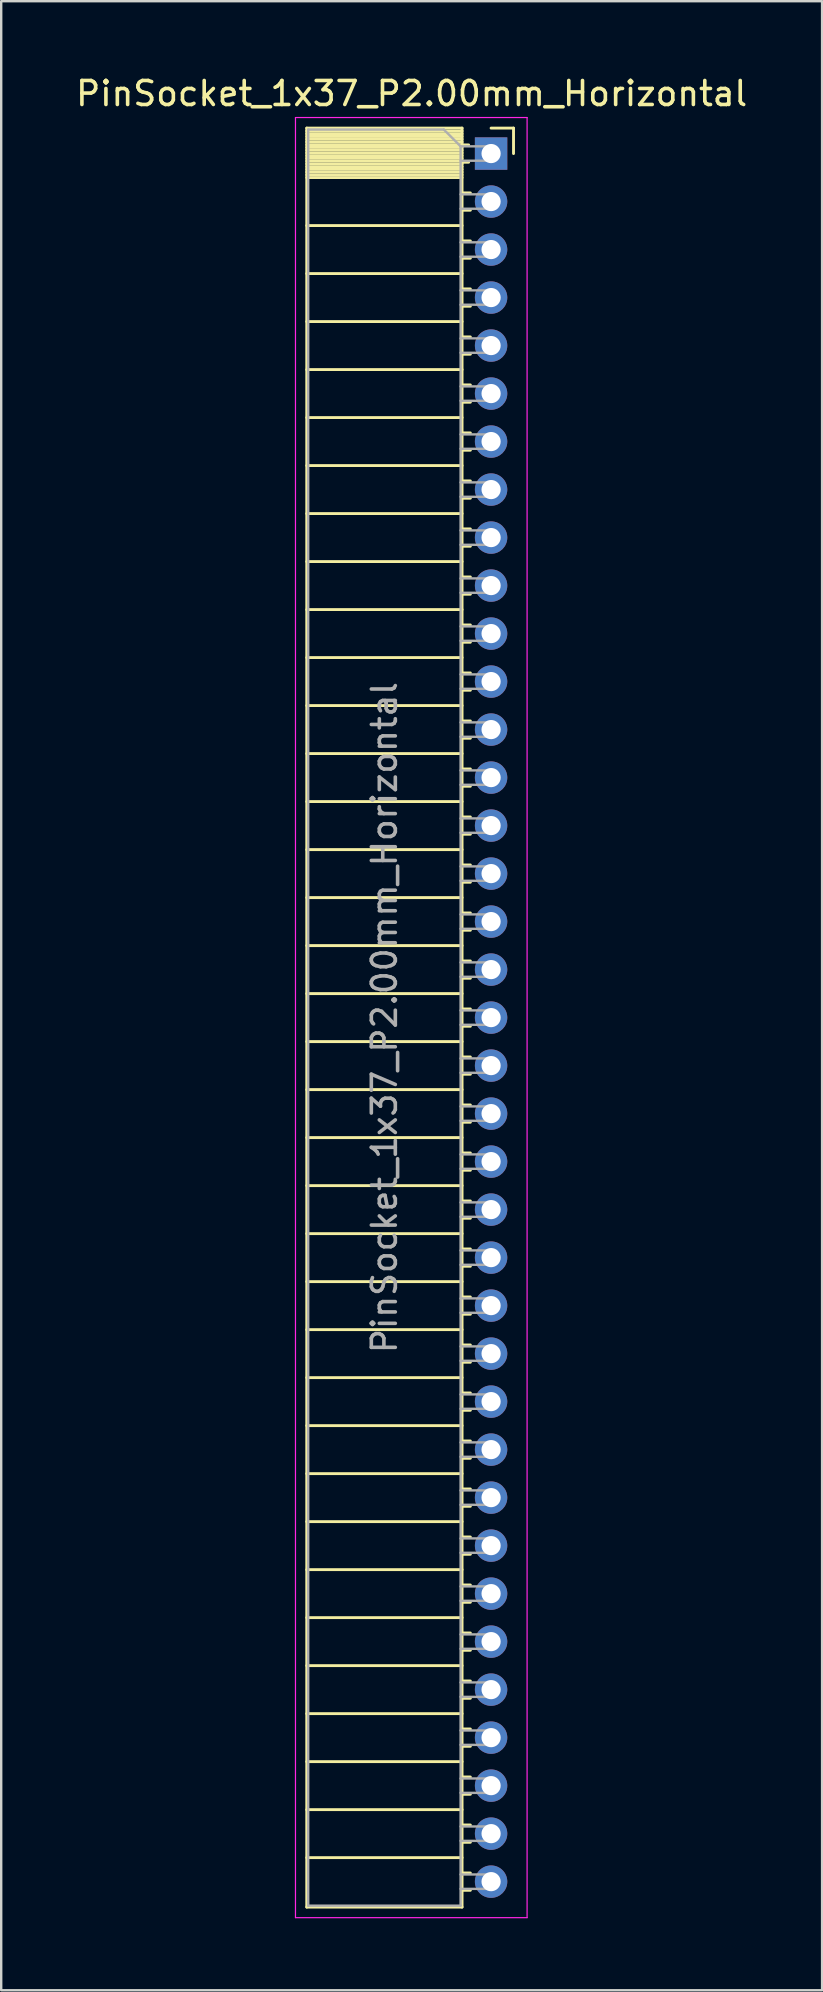
<source format=kicad_pcb>
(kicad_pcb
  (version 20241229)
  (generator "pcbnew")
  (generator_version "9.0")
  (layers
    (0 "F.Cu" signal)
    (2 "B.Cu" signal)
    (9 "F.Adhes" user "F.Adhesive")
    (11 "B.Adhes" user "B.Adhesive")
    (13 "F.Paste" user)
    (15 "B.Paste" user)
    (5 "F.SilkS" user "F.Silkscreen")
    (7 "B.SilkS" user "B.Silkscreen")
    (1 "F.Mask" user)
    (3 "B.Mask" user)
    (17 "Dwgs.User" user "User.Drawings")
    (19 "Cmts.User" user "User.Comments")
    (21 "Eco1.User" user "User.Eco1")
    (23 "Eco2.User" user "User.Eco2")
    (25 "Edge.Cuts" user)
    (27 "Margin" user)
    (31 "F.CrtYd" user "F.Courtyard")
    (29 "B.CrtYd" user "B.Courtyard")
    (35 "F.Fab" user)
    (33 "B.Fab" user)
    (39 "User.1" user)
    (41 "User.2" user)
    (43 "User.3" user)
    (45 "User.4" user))
  (footprint "PinSocket_1x37_P2.00mm_Horizontal"
    (layer "F.Cu")
    (at 17.411 3.348)
    (property "Reference" "PinSocket_1x37_P2.00mm_Horizontal" (at -3.31 -2.5 0) (layer "F.SilkS") (effects (font (size 1 1) (thickness 0.15))))
    (attr through_hole)
    (fp_line (start -7.68 -1.06) (end -7.68 73.06) (stroke (width 0.12) (type solid)) (layer "F.SilkS"))
    (fp_line (start -7.68 -1.06) (end -1.21 -1.06) (stroke (width 0.12) (type solid)) (layer "F.SilkS"))
    (fp_line (start -7.68 -0.94) (end -1.21 -0.94) (stroke (width 0.12) (type solid)) (layer "F.SilkS"))
    (fp_line (start -7.68 -0.826) (end -1.21 -0.826) (stroke (width 0.12) (type solid)) (layer "F.SilkS"))
    (fp_line (start -7.68 -0.712) (end -1.21 -0.712) (stroke (width 0.12) (type solid)) (layer "F.SilkS"))
    (fp_line (start -7.68 -0.598) (end -1.21 -0.598) (stroke (width 0.12) (type solid)) (layer "F.SilkS"))
    (fp_line (start -7.68 -0.484) (end -1.21 -0.484) (stroke (width 0.12) (type solid)) (layer "F.SilkS"))
    (fp_line (start -7.68 -0.369) (end -1.21 -0.369) (stroke (width 0.12) (type solid)) (layer "F.SilkS"))
    (fp_line (start -7.68 -0.255) (end -1.21 -0.255) (stroke (width 0.12) (type solid)) (layer "F.SilkS"))
    (fp_line (start -7.68 -0.141) (end -1.21 -0.141) (stroke (width 0.12) (type solid)) (layer "F.SilkS"))
    (fp_line (start -7.68 -0.027) (end -1.21 -0.027) (stroke (width 0.12) (type solid)) (layer "F.SilkS"))
    (fp_line (start -7.68 0.087) (end -1.21 0.087) (stroke (width 0.12) (type solid)) (layer "F.SilkS"))
    (fp_line (start -7.68 0.201) (end -1.21 0.201) (stroke (width 0.12) (type solid)) (layer "F.SilkS"))
    (fp_line (start -7.68 0.315) (end -1.21 0.315) (stroke (width 0.12) (type solid)) (layer "F.SilkS"))
    (fp_line (start -7.68 0.429) (end -1.21 0.429) (stroke (width 0.12) (type solid)) (layer "F.SilkS"))
    (fp_line (start -7.68 0.544) (end -1.21 0.544) (stroke (width 0.12) (type solid)) (layer "F.SilkS"))
    (fp_line (start -7.68 0.658) (end -1.21 0.658) (stroke (width 0.12) (type solid)) (layer "F.SilkS"))
    (fp_line (start -7.68 0.772) (end -1.21 0.772) (stroke (width 0.12) (type solid)) (layer "F.SilkS"))
    (fp_line (start -7.68 0.886) (end -1.21 0.886) (stroke (width 0.12) (type solid)) (layer "F.SilkS"))
    (fp_line (start -7.68 1) (end -1.21 1) (stroke (width 0.12) (type solid)) (layer "F.SilkS"))
    (fp_line (start -7.68 3) (end -1.21 3) (stroke (width 0.12) (type solid)) (layer "F.SilkS"))
    (fp_line (start -7.68 5) (end -1.21 5) (stroke (width 0.12) (type solid)) (layer "F.SilkS"))
    (fp_line (start -7.68 7) (end -1.21 7) (stroke (width 0.12) (type solid)) (layer "F.SilkS"))
    (fp_line (start -7.68 9) (end -1.21 9) (stroke (width 0.12) (type solid)) (layer "F.SilkS"))
    (fp_line (start -7.68 11) (end -1.21 11) (stroke (width 0.12) (type solid)) (layer "F.SilkS"))
    (fp_line (start -7.68 13) (end -1.21 13) (stroke (width 0.12) (type solid)) (layer "F.SilkS"))
    (fp_line (start -7.68 15) (end -1.21 15) (stroke (width 0.12) (type solid)) (layer "F.SilkS"))
    (fp_line (start -7.68 17) (end -1.21 17) (stroke (width 0.12) (type solid)) (layer "F.SilkS"))
    (fp_line (start -7.68 19) (end -1.21 19) (stroke (width 0.12) (type solid)) (layer "F.SilkS"))
    (fp_line (start -7.68 21) (end -1.21 21) (stroke (width 0.12) (type solid)) (layer "F.SilkS"))
    (fp_line (start -7.68 23) (end -1.21 23) (stroke (width 0.12) (type solid)) (layer "F.SilkS"))
    (fp_line (start -7.68 25) (end -1.21 25) (stroke (width 0.12) (type solid)) (layer "F.SilkS"))
    (fp_line (start -7.68 27) (end -1.21 27) (stroke (width 0.12) (type solid)) (layer "F.SilkS"))
    (fp_line (start -7.68 29) (end -1.21 29) (stroke (width 0.12) (type solid)) (layer "F.SilkS"))
    (fp_line (start -7.68 31) (end -1.21 31) (stroke (width 0.12) (type solid)) (layer "F.SilkS"))
    (fp_line (start -7.68 33) (end -1.21 33) (stroke (width 0.12) (type solid)) (layer "F.SilkS"))
    (fp_line (start -7.68 35) (end -1.21 35) (stroke (width 0.12) (type solid)) (layer "F.SilkS"))
    (fp_line (start -7.68 37) (end -1.21 37) (stroke (width 0.12) (type solid)) (layer "F.SilkS"))
    (fp_line (start -7.68 39) (end -1.21 39) (stroke (width 0.12) (type solid)) (layer "F.SilkS"))
    (fp_line (start -7.68 41) (end -1.21 41) (stroke (width 0.12) (type solid)) (layer "F.SilkS"))
    (fp_line (start -7.68 43) (end -1.21 43) (stroke (width 0.12) (type solid)) (layer "F.SilkS"))
    (fp_line (start -7.68 45) (end -1.21 45) (stroke (width 0.12) (type solid)) (layer "F.SilkS"))
    (fp_line (start -7.68 47) (end -1.21 47) (stroke (width 0.12) (type solid)) (layer "F.SilkS"))
    (fp_line (start -7.68 49) (end -1.21 49) (stroke (width 0.12) (type solid)) (layer "F.SilkS"))
    (fp_line (start -7.68 51) (end -1.21 51) (stroke (width 0.12) (type solid)) (layer "F.SilkS"))
    (fp_line (start -7.68 53) (end -1.21 53) (stroke (width 0.12) (type solid)) (layer "F.SilkS"))
    (fp_line (start -7.68 55) (end -1.21 55) (stroke (width 0.12) (type solid)) (layer "F.SilkS"))
    (fp_line (start -7.68 57) (end -1.21 57) (stroke (width 0.12) (type solid)) (layer "F.SilkS"))
    (fp_line (start -7.68 59) (end -1.21 59) (stroke (width 0.12) (type solid)) (layer "F.SilkS"))
    (fp_line (start -7.68 61) (end -1.21 61) (stroke (width 0.12) (type solid)) (layer "F.SilkS"))
    (fp_line (start -7.68 63) (end -1.21 63) (stroke (width 0.12) (type solid)) (layer "F.SilkS"))
    (fp_line (start -7.68 65) (end -1.21 65) (stroke (width 0.12) (type solid)) (layer "F.SilkS"))
    (fp_line (start -7.68 67) (end -1.21 67) (stroke (width 0.12) (type solid)) (layer "F.SilkS"))
    (fp_line (start -7.68 69) (end -1.21 69) (stroke (width 0.12) (type solid)) (layer "F.SilkS"))
    (fp_line (start -7.68 71) (end -1.21 71) (stroke (width 0.12) (type solid)) (layer "F.SilkS"))
    (fp_line (start -7.68 73.06) (end -1.21 73.06) (stroke (width 0.12) (type solid)) (layer "F.SilkS"))
    (fp_line (start -1.21 -1.06) (end -1.21 73.06) (stroke (width 0.12) (type solid)) (layer "F.SilkS"))
    (fp_line (start -1.21 -0.36) (end -0.935 -0.36) (stroke (width 0.12) (type solid)) (layer "F.SilkS"))
    (fp_line (start -1.21 0.36) (end -0.935 0.36) (stroke (width 0.12) (type solid)) (layer "F.SilkS"))
    (fp_line (start -1.21 1.64) (end -0.863 1.64) (stroke (width 0.12) (type solid)) (layer "F.SilkS"))
    (fp_line (start -1.21 2.36) (end -0.863 2.36) (stroke (width 0.12) (type solid)) (layer "F.SilkS"))
    (fp_line (start -1.21 3.64) (end -0.863 3.64) (stroke (width 0.12) (type solid)) (layer "F.SilkS"))
    (fp_line (start -1.21 4.36) (end -0.863 4.36) (stroke (width 0.12) (type solid)) (layer "F.SilkS"))
    (fp_line (start -1.21 5.64) (end -0.863 5.64) (stroke (width 0.12) (type solid)) (layer "F.SilkS"))
    (fp_line (start -1.21 6.36) (end -0.863 6.36) (stroke (width 0.12) (type solid)) (layer "F.SilkS"))
    (fp_line (start -1.21 7.64) (end -0.863 7.64) (stroke (width 0.12) (type solid)) (layer "F.SilkS"))
    (fp_line (start -1.21 8.36) (end -0.863 8.36) (stroke (width 0.12) (type solid)) (layer "F.SilkS"))
    (fp_line (start -1.21 9.64) (end -0.863 9.64) (stroke (width 0.12) (type solid)) (layer "F.SilkS"))
    (fp_line (start -1.21 10.36) (end -0.863 10.36) (stroke (width 0.12) (type solid)) (layer "F.SilkS"))
    (fp_line (start -1.21 11.64) (end -0.863 11.64) (stroke (width 0.12) (type solid)) (layer "F.SilkS"))
    (fp_line (start -1.21 12.36) (end -0.863 12.36) (stroke (width 0.12) (type solid)) (layer "F.SilkS"))
    (fp_line (start -1.21 13.64) (end -0.863 13.64) (stroke (width 0.12) (type solid)) (layer "F.SilkS"))
    (fp_line (start -1.21 14.36) (end -0.863 14.36) (stroke (width 0.12) (type solid)) (layer "F.SilkS"))
    (fp_line (start -1.21 15.64) (end -0.863 15.64) (stroke (width 0.12) (type solid)) (layer "F.SilkS"))
    (fp_line (start -1.21 16.36) (end -0.863 16.36) (stroke (width 0.12) (type solid)) (layer "F.SilkS"))
    (fp_line (start -1.21 17.64) (end -0.863 17.64) (stroke (width 0.12) (type solid)) (layer "F.SilkS"))
    (fp_line (start -1.21 18.36) (end -0.863 18.36) (stroke (width 0.12) (type solid)) (layer "F.SilkS"))
    (fp_line (start -1.21 19.64) (end -0.863 19.64) (stroke (width 0.12) (type solid)) (layer "F.SilkS"))
    (fp_line (start -1.21 20.36) (end -0.863 20.36) (stroke (width 0.12) (type solid)) (layer "F.SilkS"))
    (fp_line (start -1.21 21.64) (end -0.863 21.64) (stroke (width 0.12) (type solid)) (layer "F.SilkS"))
    (fp_line (start -1.21 22.36) (end -0.863 22.36) (stroke (width 0.12) (type solid)) (layer "F.SilkS"))
    (fp_line (start -1.21 23.64) (end -0.863 23.64) (stroke (width 0.12) (type solid)) (layer "F.SilkS"))
    (fp_line (start -1.21 24.36) (end -0.863 24.36) (stroke (width 0.12) (type solid)) (layer "F.SilkS"))
    (fp_line (start -1.21 25.64) (end -0.863 25.64) (stroke (width 0.12) (type solid)) (layer "F.SilkS"))
    (fp_line (start -1.21 26.36) (end -0.863 26.36) (stroke (width 0.12) (type solid)) (layer "F.SilkS"))
    (fp_line (start -1.21 27.64) (end -0.863 27.64) (stroke (width 0.12) (type solid)) (layer "F.SilkS"))
    (fp_line (start -1.21 28.36) (end -0.863 28.36) (stroke (width 0.12) (type solid)) (layer "F.SilkS"))
    (fp_line (start -1.21 29.64) (end -0.863 29.64) (stroke (width 0.12) (type solid)) (layer "F.SilkS"))
    (fp_line (start -1.21 30.36) (end -0.863 30.36) (stroke (width 0.12) (type solid)) (layer "F.SilkS"))
    (fp_line (start -1.21 31.64) (end -0.863 31.64) (stroke (width 0.12) (type solid)) (layer "F.SilkS"))
    (fp_line (start -1.21 32.36) (end -0.863 32.36) (stroke (width 0.12) (type solid)) (layer "F.SilkS"))
    (fp_line (start -1.21 33.64) (end -0.863 33.64) (stroke (width 0.12) (type solid)) (layer "F.SilkS"))
    (fp_line (start -1.21 34.36) (end -0.863 34.36) (stroke (width 0.12) (type solid)) (layer "F.SilkS"))
    (fp_line (start -1.21 35.64) (end -0.863 35.64) (stroke (width 0.12) (type solid)) (layer "F.SilkS"))
    (fp_line (start -1.21 36.36) (end -0.863 36.36) (stroke (width 0.12) (type solid)) (layer "F.SilkS"))
    (fp_line (start -1.21 37.64) (end -0.863 37.64) (stroke (width 0.12) (type solid)) (layer "F.SilkS"))
    (fp_line (start -1.21 38.36) (end -0.863 38.36) (stroke (width 0.12) (type solid)) (layer "F.SilkS"))
    (fp_line (start -1.21 39.64) (end -0.863 39.64) (stroke (width 0.12) (type solid)) (layer "F.SilkS"))
    (fp_line (start -1.21 40.36) (end -0.863 40.36) (stroke (width 0.12) (type solid)) (layer "F.SilkS"))
    (fp_line (start -1.21 41.64) (end -0.863 41.64) (stroke (width 0.12) (type solid)) (layer "F.SilkS"))
    (fp_line (start -1.21 42.36) (end -0.863 42.36) (stroke (width 0.12) (type solid)) (layer "F.SilkS"))
    (fp_line (start -1.21 43.64) (end -0.863 43.64) (stroke (width 0.12) (type solid)) (layer "F.SilkS"))
    (fp_line (start -1.21 44.36) (end -0.863 44.36) (stroke (width 0.12) (type solid)) (layer "F.SilkS"))
    (fp_line (start -1.21 45.64) (end -0.863 45.64) (stroke (width 0.12) (type solid)) (layer "F.SilkS"))
    (fp_line (start -1.21 46.36) (end -0.863 46.36) (stroke (width 0.12) (type solid)) (layer "F.SilkS"))
    (fp_line (start -1.21 47.64) (end -0.863 47.64) (stroke (width 0.12) (type solid)) (layer "F.SilkS"))
    (fp_line (start -1.21 48.36) (end -0.863 48.36) (stroke (width 0.12) (type solid)) (layer "F.SilkS"))
    (fp_line (start -1.21 49.64) (end -0.863 49.64) (stroke (width 0.12) (type solid)) (layer "F.SilkS"))
    (fp_line (start -1.21 50.36) (end -0.863 50.36) (stroke (width 0.12) (type solid)) (layer "F.SilkS"))
    (fp_line (start -1.21 51.64) (end -0.863 51.64) (stroke (width 0.12) (type solid)) (layer "F.SilkS"))
    (fp_line (start -1.21 52.36) (end -0.863 52.36) (stroke (width 0.12) (type solid)) (layer "F.SilkS"))
    (fp_line (start -1.21 53.64) (end -0.863 53.64) (stroke (width 0.12) (type solid)) (layer "F.SilkS"))
    (fp_line (start -1.21 54.36) (end -0.863 54.36) (stroke (width 0.12) (type solid)) (layer "F.SilkS"))
    (fp_line (start -1.21 55.64) (end -0.863 55.64) (stroke (width 0.12) (type solid)) (layer "F.SilkS"))
    (fp_line (start -1.21 56.36) (end -0.863 56.36) (stroke (width 0.12) (type solid)) (layer "F.SilkS"))
    (fp_line (start -1.21 57.64) (end -0.863 57.64) (stroke (width 0.12) (type solid)) (layer "F.SilkS"))
    (fp_line (start -1.21 58.36) (end -0.863 58.36) (stroke (width 0.12) (type solid)) (layer "F.SilkS"))
    (fp_line (start -1.21 59.64) (end -0.863 59.64) (stroke (width 0.12) (type solid)) (layer "F.SilkS"))
    (fp_line (start -1.21 60.36) (end -0.863 60.36) (stroke (width 0.12) (type solid)) (layer "F.SilkS"))
    (fp_line (start -1.21 61.64) (end -0.863 61.64) (stroke (width 0.12) (type solid)) (layer "F.SilkS"))
    (fp_line (start -1.21 62.36) (end -0.863 62.36) (stroke (width 0.12) (type solid)) (layer "F.SilkS"))
    (fp_line (start -1.21 63.64) (end -0.863 63.64) (stroke (width 0.12) (type solid)) (layer "F.SilkS"))
    (fp_line (start -1.21 64.36) (end -0.863 64.36) (stroke (width 0.12) (type solid)) (layer "F.SilkS"))
    (fp_line (start -1.21 65.64) (end -0.863 65.64) (stroke (width 0.12) (type solid)) (layer "F.SilkS"))
    (fp_line (start -1.21 66.36) (end -0.863 66.36) (stroke (width 0.12) (type solid)) (layer "F.SilkS"))
    (fp_line (start -1.21 67.64) (end -0.863 67.64) (stroke (width 0.12) (type solid)) (layer "F.SilkS"))
    (fp_line (start -1.21 68.36) (end -0.863 68.36) (stroke (width 0.12) (type solid)) (layer "F.SilkS"))
    (fp_line (start -1.21 69.64) (end -0.863 69.64) (stroke (width 0.12) (type solid)) (layer "F.SilkS"))
    (fp_line (start -1.21 70.36) (end -0.863 70.36) (stroke (width 0.12) (type solid)) (layer "F.SilkS"))
    (fp_line (start -1.21 71.64) (end -0.863 71.64) (stroke (width 0.12) (type solid)) (layer "F.SilkS"))
    (fp_line (start -1.21 72.36) (end -0.863 72.36) (stroke (width 0.12) (type solid)) (layer "F.SilkS"))
    (fp_line (start 0 -1.06) (end 0.935 -1.06) (stroke (width 0.12) (type solid)) (layer "F.SilkS"))
    (fp_line (start 0.935 -1.06) (end 0.935 0) (stroke (width 0.12) (type solid)) (layer "F.SilkS"))
    (fp_line (start -8.15 -1.5) (end -8.15 73.5) (stroke (width 0.05) (type solid)) (layer "F.CrtYd"))
    (fp_line (start -8.15 73.5) (end 1.5 73.5) (stroke (width 0.05) (type solid)) (layer "F.CrtYd"))
    (fp_line (start 1.5 -1.5) (end -8.15 -1.5) (stroke (width 0.05) (type solid)) (layer "F.CrtYd"))
    (fp_line (start 1.5 73.5) (end 1.5 -1.5) (stroke (width 0.05) (type solid)) (layer "F.CrtYd"))
    (fp_line (start -7.62 -1) (end -1.97 -1) (stroke (width 0.1) (type solid)) (layer "F.Fab"))
    (fp_line (start -7.62 73) (end -7.62 -1) (stroke (width 0.1) (type solid)) (layer "F.Fab"))
    (fp_line (start -1.97 -1) (end -1.27 -0.3) (stroke (width 0.1) (type solid)) (layer "F.Fab"))
    (fp_line (start -1.27 -0.3) (end -1.27 73) (stroke (width 0.1) (type solid)) (layer "F.Fab"))
    (fp_line (start -1.27 0.3) (end 0 0.3) (stroke (width 0.1) (type solid)) (layer "F.Fab"))
    (fp_line (start -1.27 2.3) (end 0 2.3) (stroke (width 0.1) (type solid)) (layer "F.Fab"))
    (fp_line (start -1.27 4.3) (end 0 4.3) (stroke (width 0.1) (type solid)) (layer "F.Fab"))
    (fp_line (start -1.27 6.3) (end 0 6.3) (stroke (width 0.1) (type solid)) (layer "F.Fab"))
    (fp_line (start -1.27 8.3) (end 0 8.3) (stroke (width 0.1) (type solid)) (layer "F.Fab"))
    (fp_line (start -1.27 10.3) (end 0 10.3) (stroke (width 0.1) (type solid)) (layer "F.Fab"))
    (fp_line (start -1.27 12.3) (end 0 12.3) (stroke (width 0.1) (type solid)) (layer "F.Fab"))
    (fp_line (start -1.27 14.3) (end 0 14.3) (stroke (width 0.1) (type solid)) (layer "F.Fab"))
    (fp_line (start -1.27 16.3) (end 0 16.3) (stroke (width 0.1) (type solid)) (layer "F.Fab"))
    (fp_line (start -1.27 18.3) (end 0 18.3) (stroke (width 0.1) (type solid)) (layer "F.Fab"))
    (fp_line (start -1.27 20.3) (end 0 20.3) (stroke (width 0.1) (type solid)) (layer "F.Fab"))
    (fp_line (start -1.27 22.3) (end 0 22.3) (stroke (width 0.1) (type solid)) (layer "F.Fab"))
    (fp_line (start -1.27 24.3) (end 0 24.3) (stroke (width 0.1) (type solid)) (layer "F.Fab"))
    (fp_line (start -1.27 26.3) (end 0 26.3) (stroke (width 0.1) (type solid)) (layer "F.Fab"))
    (fp_line (start -1.27 28.3) (end 0 28.3) (stroke (width 0.1) (type solid)) (layer "F.Fab"))
    (fp_line (start -1.27 30.3) (end 0 30.3) (stroke (width 0.1) (type solid)) (layer "F.Fab"))
    (fp_line (start -1.27 32.3) (end 0 32.3) (stroke (width 0.1) (type solid)) (layer "F.Fab"))
    (fp_line (start -1.27 34.3) (end 0 34.3) (stroke (width 0.1) (type solid)) (layer "F.Fab"))
    (fp_line (start -1.27 36.3) (end 0 36.3) (stroke (width 0.1) (type solid)) (layer "F.Fab"))
    (fp_line (start -1.27 38.3) (end 0 38.3) (stroke (width 0.1) (type solid)) (layer "F.Fab"))
    (fp_line (start -1.27 40.3) (end 0 40.3) (stroke (width 0.1) (type solid)) (layer "F.Fab"))
    (fp_line (start -1.27 42.3) (end 0 42.3) (stroke (width 0.1) (type solid)) (layer "F.Fab"))
    (fp_line (start -1.27 44.3) (end 0 44.3) (stroke (width 0.1) (type solid)) (layer "F.Fab"))
    (fp_line (start -1.27 46.3) (end 0 46.3) (stroke (width 0.1) (type solid)) (layer "F.Fab"))
    (fp_line (start -1.27 48.3) (end 0 48.3) (stroke (width 0.1) (type solid)) (layer "F.Fab"))
    (fp_line (start -1.27 50.3) (end 0 50.3) (stroke (width 0.1) (type solid)) (layer "F.Fab"))
    (fp_line (start -1.27 52.3) (end 0 52.3) (stroke (width 0.1) (type solid)) (layer "F.Fab"))
    (fp_line (start -1.27 54.3) (end 0 54.3) (stroke (width 0.1) (type solid)) (layer "F.Fab"))
    (fp_line (start -1.27 56.3) (end 0 56.3) (stroke (width 0.1) (type solid)) (layer "F.Fab"))
    (fp_line (start -1.27 58.3) (end 0 58.3) (stroke (width 0.1) (type solid)) (layer "F.Fab"))
    (fp_line (start -1.27 60.3) (end 0 60.3) (stroke (width 0.1) (type solid)) (layer "F.Fab"))
    (fp_line (start -1.27 62.3) (end 0 62.3) (stroke (width 0.1) (type solid)) (layer "F.Fab"))
    (fp_line (start -1.27 64.3) (end 0 64.3) (stroke (width 0.1) (type solid)) (layer "F.Fab"))
    (fp_line (start -1.27 66.3) (end 0 66.3) (stroke (width 0.1) (type solid)) (layer "F.Fab"))
    (fp_line (start -1.27 68.3) (end 0 68.3) (stroke (width 0.1) (type solid)) (layer "F.Fab"))
    (fp_line (start -1.27 70.3) (end 0 70.3) (stroke (width 0.1) (type solid)) (layer "F.Fab"))
    (fp_line (start -1.27 72.3) (end 0 72.3) (stroke (width 0.1) (type solid)) (layer "F.Fab"))
    (fp_line (start -1.27 73) (end -7.62 73) (stroke (width 0.1) (type solid)) (layer "F.Fab"))
    (fp_line (start 0 -0.3) (end -1.27 -0.3) (stroke (width 0.1) (type solid)) (layer "F.Fab"))
    (fp_line (start 0 0.3) (end 0 -0.3) (stroke (width 0.1) (type solid)) (layer "F.Fab"))
    (fp_line (start 0 1.7) (end -1.27 1.7) (stroke (width 0.1) (type solid)) (layer "F.Fab"))
    (fp_line (start 0 2.3) (end 0 1.7) (stroke (width 0.1) (type solid)) (layer "F.Fab"))
    (fp_line (start 0 3.7) (end -1.27 3.7) (stroke (width 0.1) (type solid)) (layer "F.Fab"))
    (fp_line (start 0 4.3) (end 0 3.7) (stroke (width 0.1) (type solid)) (layer "F.Fab"))
    (fp_line (start 0 5.7) (end -1.27 5.7) (stroke (width 0.1) (type solid)) (layer "F.Fab"))
    (fp_line (start 0 6.3) (end 0 5.7) (stroke (width 0.1) (type solid)) (layer "F.Fab"))
    (fp_line (start 0 7.7) (end -1.27 7.7) (stroke (width 0.1) (type solid)) (layer "F.Fab"))
    (fp_line (start 0 8.3) (end 0 7.7) (stroke (width 0.1) (type solid)) (layer "F.Fab"))
    (fp_line (start 0 9.7) (end -1.27 9.7) (stroke (width 0.1) (type solid)) (layer "F.Fab"))
    (fp_line (start 0 10.3) (end 0 9.7) (stroke (width 0.1) (type solid)) (layer "F.Fab"))
    (fp_line (start 0 11.7) (end -1.27 11.7) (stroke (width 0.1) (type solid)) (layer "F.Fab"))
    (fp_line (start 0 12.3) (end 0 11.7) (stroke (width 0.1) (type solid)) (layer "F.Fab"))
    (fp_line (start 0 13.7) (end -1.27 13.7) (stroke (width 0.1) (type solid)) (layer "F.Fab"))
    (fp_line (start 0 14.3) (end 0 13.7) (stroke (width 0.1) (type solid)) (layer "F.Fab"))
    (fp_line (start 0 15.7) (end -1.27 15.7) (stroke (width 0.1) (type solid)) (layer "F.Fab"))
    (fp_line (start 0 16.3) (end 0 15.7) (stroke (width 0.1) (type solid)) (layer "F.Fab"))
    (fp_line (start 0 17.7) (end -1.27 17.7) (stroke (width 0.1) (type solid)) (layer "F.Fab"))
    (fp_line (start 0 18.3) (end 0 17.7) (stroke (width 0.1) (type solid)) (layer "F.Fab"))
    (fp_line (start 0 19.7) (end -1.27 19.7) (stroke (width 0.1) (type solid)) (layer "F.Fab"))
    (fp_line (start 0 20.3) (end 0 19.7) (stroke (width 0.1) (type solid)) (layer "F.Fab"))
    (fp_line (start 0 21.7) (end -1.27 21.7) (stroke (width 0.1) (type solid)) (layer "F.Fab"))
    (fp_line (start 0 22.3) (end 0 21.7) (stroke (width 0.1) (type solid)) (layer "F.Fab"))
    (fp_line (start 0 23.7) (end -1.27 23.7) (stroke (width 0.1) (type solid)) (layer "F.Fab"))
    (fp_line (start 0 24.3) (end 0 23.7) (stroke (width 0.1) (type solid)) (layer "F.Fab"))
    (fp_line (start 0 25.7) (end -1.27 25.7) (stroke (width 0.1) (type solid)) (layer "F.Fab"))
    (fp_line (start 0 26.3) (end 0 25.7) (stroke (width 0.1) (type solid)) (layer "F.Fab"))
    (fp_line (start 0 27.7) (end -1.27 27.7) (stroke (width 0.1) (type solid)) (layer "F.Fab"))
    (fp_line (start 0 28.3) (end 0 27.7) (stroke (width 0.1) (type solid)) (layer "F.Fab"))
    (fp_line (start 0 29.7) (end -1.27 29.7) (stroke (width 0.1) (type solid)) (layer "F.Fab"))
    (fp_line (start 0 30.3) (end 0 29.7) (stroke (width 0.1) (type solid)) (layer "F.Fab"))
    (fp_line (start 0 31.7) (end -1.27 31.7) (stroke (width 0.1) (type solid)) (layer "F.Fab"))
    (fp_line (start 0 32.3) (end 0 31.7) (stroke (width 0.1) (type solid)) (layer "F.Fab"))
    (fp_line (start 0 33.7) (end -1.27 33.7) (stroke (width 0.1) (type solid)) (layer "F.Fab"))
    (fp_line (start 0 34.3) (end 0 33.7) (stroke (width 0.1) (type solid)) (layer "F.Fab"))
    (fp_line (start 0 35.7) (end -1.27 35.7) (stroke (width 0.1) (type solid)) (layer "F.Fab"))
    (fp_line (start 0 36.3) (end 0 35.7) (stroke (width 0.1) (type solid)) (layer "F.Fab"))
    (fp_line (start 0 37.7) (end -1.27 37.7) (stroke (width 0.1) (type solid)) (layer "F.Fab"))
    (fp_line (start 0 38.3) (end 0 37.7) (stroke (width 0.1) (type solid)) (layer "F.Fab"))
    (fp_line (start 0 39.7) (end -1.27 39.7) (stroke (width 0.1) (type solid)) (layer "F.Fab"))
    (fp_line (start 0 40.3) (end 0 39.7) (stroke (width 0.1) (type solid)) (layer "F.Fab"))
    (fp_line (start 0 41.7) (end -1.27 41.7) (stroke (width 0.1) (type solid)) (layer "F.Fab"))
    (fp_line (start 0 42.3) (end 0 41.7) (stroke (width 0.1) (type solid)) (layer "F.Fab"))
    (fp_line (start 0 43.7) (end -1.27 43.7) (stroke (width 0.1) (type solid)) (layer "F.Fab"))
    (fp_line (start 0 44.3) (end 0 43.7) (stroke (width 0.1) (type solid)) (layer "F.Fab"))
    (fp_line (start 0 45.7) (end -1.27 45.7) (stroke (width 0.1) (type solid)) (layer "F.Fab"))
    (fp_line (start 0 46.3) (end 0 45.7) (stroke (width 0.1) (type solid)) (layer "F.Fab"))
    (fp_line (start 0 47.7) (end -1.27 47.7) (stroke (width 0.1) (type solid)) (layer "F.Fab"))
    (fp_line (start 0 48.3) (end 0 47.7) (stroke (width 0.1) (type solid)) (layer "F.Fab"))
    (fp_line (start 0 49.7) (end -1.27 49.7) (stroke (width 0.1) (type solid)) (layer "F.Fab"))
    (fp_line (start 0 50.3) (end 0 49.7) (stroke (width 0.1) (type solid)) (layer "F.Fab"))
    (fp_line (start 0 51.7) (end -1.27 51.7) (stroke (width 0.1) (type solid)) (layer "F.Fab"))
    (fp_line (start 0 52.3) (end 0 51.7) (stroke (width 0.1) (type solid)) (layer "F.Fab"))
    (fp_line (start 0 53.7) (end -1.27 53.7) (stroke (width 0.1) (type solid)) (layer "F.Fab"))
    (fp_line (start 0 54.3) (end 0 53.7) (stroke (width 0.1) (type solid)) (layer "F.Fab"))
    (fp_line (start 0 55.7) (end -1.27 55.7) (stroke (width 0.1) (type solid)) (layer "F.Fab"))
    (fp_line (start 0 56.3) (end 0 55.7) (stroke (width 0.1) (type solid)) (layer "F.Fab"))
    (fp_line (start 0 57.7) (end -1.27 57.7) (stroke (width 0.1) (type solid)) (layer "F.Fab"))
    (fp_line (start 0 58.3) (end 0 57.7) (stroke (width 0.1) (type solid)) (layer "F.Fab"))
    (fp_line (start 0 59.7) (end -1.27 59.7) (stroke (width 0.1) (type solid)) (layer "F.Fab"))
    (fp_line (start 0 60.3) (end 0 59.7) (stroke (width 0.1) (type solid)) (layer "F.Fab"))
    (fp_line (start 0 61.7) (end -1.27 61.7) (stroke (width 0.1) (type solid)) (layer "F.Fab"))
    (fp_line (start 0 62.3) (end 0 61.7) (stroke (width 0.1) (type solid)) (layer "F.Fab"))
    (fp_line (start 0 63.7) (end -1.27 63.7) (stroke (width 0.1) (type solid)) (layer "F.Fab"))
    (fp_line (start 0 64.3) (end 0 63.7) (stroke (width 0.1) (type solid)) (layer "F.Fab"))
    (fp_line (start 0 65.7) (end -1.27 65.7) (stroke (width 0.1) (type solid)) (layer "F.Fab"))
    (fp_line (start 0 66.3) (end 0 65.7) (stroke (width 0.1) (type solid)) (layer "F.Fab"))
    (fp_line (start 0 67.7) (end -1.27 67.7) (stroke (width 0.1) (type solid)) (layer "F.Fab"))
    (fp_line (start 0 68.3) (end 0 67.7) (stroke (width 0.1) (type solid)) (layer "F.Fab"))
    (fp_line (start 0 69.7) (end -1.27 69.7) (stroke (width 0.1) (type solid)) (layer "F.Fab"))
    (fp_line (start 0 70.3) (end 0 69.7) (stroke (width 0.1) (type solid)) (layer "F.Fab"))
    (fp_line (start 0 71.7) (end -1.27 71.7) (stroke (width 0.1) (type solid)) (layer "F.Fab"))
    (fp_line (start 0 72.3) (end 0 71.7) (stroke (width 0.1) (type solid)) (layer "F.Fab"))
    (fp_text user "${REFERENCE}" (at -4.445 36 90) (layer "F.Fab") (effects (font (size 1 1) (thickness 0.15))))
    (pad "1" thru_hole rect (at 0 0) (size 1.35 1.35) (drill 0.8) (layers "*.Cu" "*.Mask"))
    (pad "2" thru_hole circle (at 0 2) (size 1.35 1.35) (drill 0.8) (layers "*.Cu" "*.Mask"))
    (pad "3" thru_hole circle (at 0 4) (size 1.35 1.35) (drill 0.8) (layers "*.Cu" "*.Mask"))
    (pad "4" thru_hole circle (at 0 6) (size 1.35 1.35) (drill 0.8) (layers "*.Cu" "*.Mask"))
    (pad "5" thru_hole circle (at 0 8) (size 1.35 1.35) (drill 0.8) (layers "*.Cu" "*.Mask"))
    (pad "6" thru_hole circle (at 0 10) (size 1.35 1.35) (drill 0.8) (layers "*.Cu" "*.Mask"))
    (pad "7" thru_hole circle (at 0 12) (size 1.35 1.35) (drill 0.8) (layers "*.Cu" "*.Mask"))
    (pad "8" thru_hole circle (at 0 14) (size 1.35 1.35) (drill 0.8) (layers "*.Cu" "*.Mask"))
    (pad "9" thru_hole circle (at 0 16) (size 1.35 1.35) (drill 0.8) (layers "*.Cu" "*.Mask"))
    (pad "10" thru_hole circle (at 0 18) (size 1.35 1.35) (drill 0.8) (layers "*.Cu" "*.Mask"))
    (pad "11" thru_hole circle (at 0 20) (size 1.35 1.35) (drill 0.8) (layers "*.Cu" "*.Mask"))
    (pad "12" thru_hole circle (at 0 22) (size 1.35 1.35) (drill 0.8) (layers "*.Cu" "*.Mask"))
    (pad "13" thru_hole circle (at 0 24) (size 1.35 1.35) (drill 0.8) (layers "*.Cu" "*.Mask"))
    (pad "14" thru_hole circle (at 0 26) (size 1.35 1.35) (drill 0.8) (layers "*.Cu" "*.Mask"))
    (pad "15" thru_hole circle (at 0 28) (size 1.35 1.35) (drill 0.8) (layers "*.Cu" "*.Mask"))
    (pad "16" thru_hole circle (at 0 30) (size 1.35 1.35) (drill 0.8) (layers "*.Cu" "*.Mask"))
    (pad "17" thru_hole circle (at 0 32) (size 1.35 1.35) (drill 0.8) (layers "*.Cu" "*.Mask"))
    (pad "18" thru_hole circle (at 0 34) (size 1.35 1.35) (drill 0.8) (layers "*.Cu" "*.Mask"))
    (pad "19" thru_hole circle (at 0 36) (size 1.35 1.35) (drill 0.8) (layers "*.Cu" "*.Mask"))
    (pad "20" thru_hole circle (at 0 38) (size 1.35 1.35) (drill 0.8) (layers "*.Cu" "*.Mask"))
    (pad "21" thru_hole circle (at 0 40) (size 1.35 1.35) (drill 0.8) (layers "*.Cu" "*.Mask"))
    (pad "22" thru_hole circle (at 0 42) (size 1.35 1.35) (drill 0.8) (layers "*.Cu" "*.Mask"))
    (pad "23" thru_hole circle (at 0 44) (size 1.35 1.35) (drill 0.8) (layers "*.Cu" "*.Mask"))
    (pad "24" thru_hole circle (at 0 46) (size 1.35 1.35) (drill 0.8) (layers "*.Cu" "*.Mask"))
    (pad "25" thru_hole circle (at 0 48) (size 1.35 1.35) (drill 0.8) (layers "*.Cu" "*.Mask"))
    (pad "26" thru_hole circle (at 0 50) (size 1.35 1.35) (drill 0.8) (layers "*.Cu" "*.Mask"))
    (pad "27" thru_hole circle (at 0 52) (size 1.35 1.35) (drill 0.8) (layers "*.Cu" "*.Mask"))
    (pad "28" thru_hole circle (at 0 54) (size 1.35 1.35) (drill 0.8) (layers "*.Cu" "*.Mask"))
    (pad "29" thru_hole circle (at 0 56) (size 1.35 1.35) (drill 0.8) (layers "*.Cu" "*.Mask"))
    (pad "30" thru_hole circle (at 0 58) (size 1.35 1.35) (drill 0.8) (layers "*.Cu" "*.Mask"))
    (pad "31" thru_hole circle (at 0 60) (size 1.35 1.35) (drill 0.8) (layers "*.Cu" "*.Mask"))
    (pad "32" thru_hole circle (at 0 62) (size 1.35 1.35) (drill 0.8) (layers "*.Cu" "*.Mask"))
    (pad "33" thru_hole circle (at 0 64) (size 1.35 1.35) (drill 0.8) (layers "*.Cu" "*.Mask"))
    (pad "34" thru_hole circle (at 0 66) (size 1.35 1.35) (drill 0.8) (layers "*.Cu" "*.Mask"))
    (pad "35" thru_hole circle (at 0 68) (size 1.35 1.35) (drill 0.8) (layers "*.Cu" "*.Mask"))
    (pad "36" thru_hole circle (at 0 70) (size 1.35 1.35) (drill 0.8) (layers "*.Cu" "*.Mask"))
    (pad "37" thru_hole circle (at 0 72) (size 1.35 1.35) (drill 0.8) (layers "*.Cu" "*.Mask")))
  (gr_rect
    (start -3 -3)
    (end 31.202 79.873)
    (stroke (width 0.1) (type default))
    (fill no)
    (layer "Edge.Cuts")))
</source>
